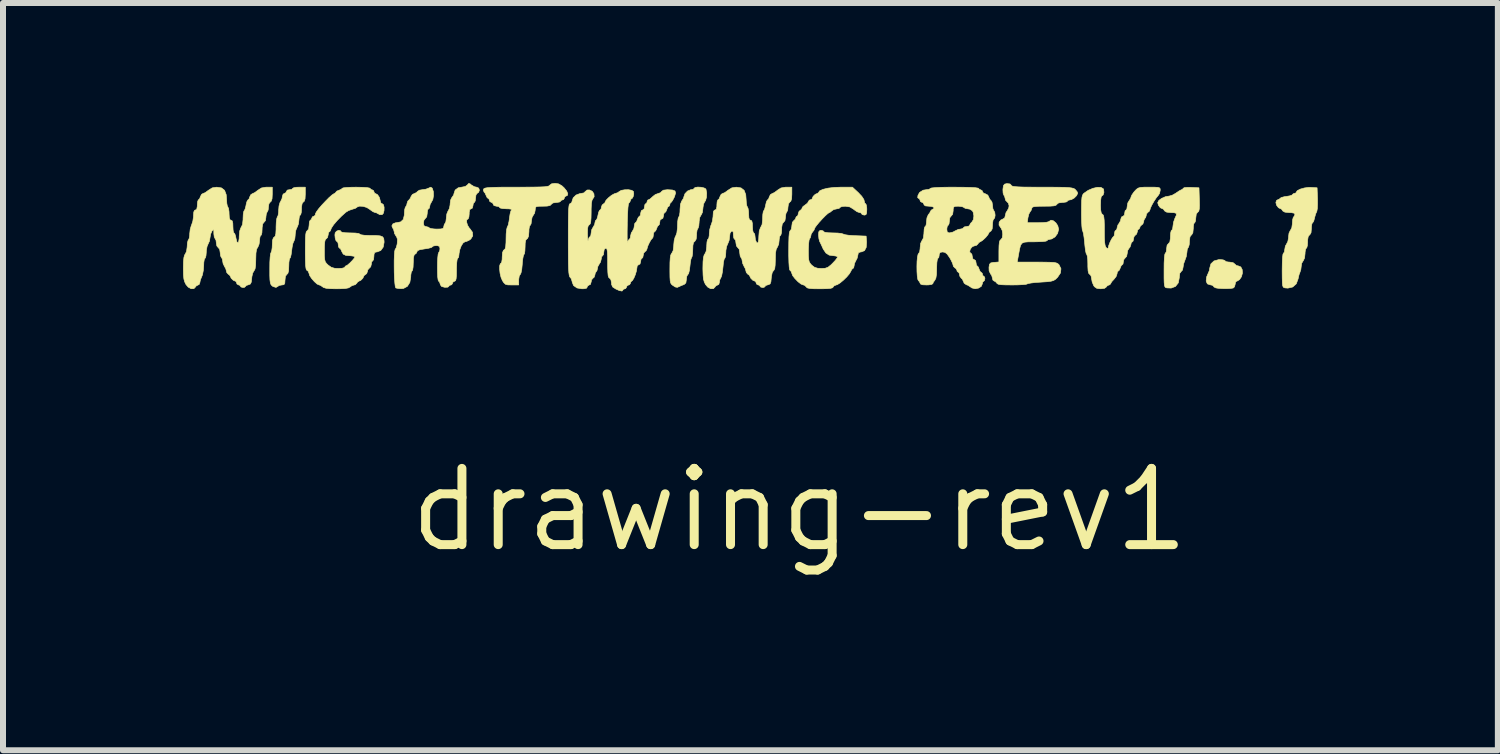
<source format=kicad_pcb>
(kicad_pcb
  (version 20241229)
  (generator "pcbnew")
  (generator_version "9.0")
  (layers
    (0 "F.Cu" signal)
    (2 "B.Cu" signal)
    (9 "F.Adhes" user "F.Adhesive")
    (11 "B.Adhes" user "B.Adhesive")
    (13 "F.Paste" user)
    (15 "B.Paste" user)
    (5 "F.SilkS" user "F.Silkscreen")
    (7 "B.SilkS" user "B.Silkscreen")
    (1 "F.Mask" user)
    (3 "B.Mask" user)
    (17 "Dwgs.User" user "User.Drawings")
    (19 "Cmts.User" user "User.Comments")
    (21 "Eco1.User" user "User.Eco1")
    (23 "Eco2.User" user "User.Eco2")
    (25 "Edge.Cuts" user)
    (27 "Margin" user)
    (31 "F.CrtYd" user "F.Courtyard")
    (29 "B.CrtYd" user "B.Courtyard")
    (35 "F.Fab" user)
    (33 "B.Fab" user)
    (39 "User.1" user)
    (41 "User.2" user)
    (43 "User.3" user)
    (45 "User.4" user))
  (footprint "drawing-rev1"
    (layer "F.Cu")
    (at 10.271 5.445)
    (property "Reference" "drawing-rev1" (at 0 0 0) (layer "F.SilkS") (effects (font (size 1.27 1.27) (thickness 0.15))))
    (attr through_hole)
    (fp_poly (pts (xy 7.059 -4.165) (xy 7.089 -4.153) (xy 7.091 -4.149) (xy 7.109 -4.135) (xy 7.155 -4.128) (xy 7.166 -4.128) (xy 7.226 -4.118) (xy 7.253 -4.096) (xy 7.281 -4.071) (xy 7.313 -4.064) (xy 7.354 -4.047) (xy 7.377 -4.003) (xy 7.381 -3.944) (xy 7.364 -3.883) (xy 7.333 -3.837) (xy 7.298 -3.814) (xy 7.283 -3.81) (xy 7.266 -3.792) (xy 7.26 -3.759) (xy 7.248 -3.715) (xy 7.227 -3.696) (xy 7.185 -3.689) (xy 7.117 -3.686) (xy 7.041 -3.687) (xy 6.973 -3.692) (xy 6.937 -3.698) (xy 6.906 -3.714) (xy 6.9 -3.725) (xy 6.882 -3.741) (xy 6.842 -3.75) (xy 6.797 -3.765) (xy 6.779 -3.804) (xy 6.777 -3.817) (xy 6.784 -3.88) (xy 6.804 -3.927) (xy 6.829 -3.985) (xy 6.837 -4.032) (xy 6.856 -4.099) (xy 6.907 -4.147) (xy 6.985 -4.169) (xy 7.006 -4.17) (xy 7.059 -4.165)) (stroke (width 0.01) (type solid)) (fill yes) (layer "F.SilkS"))
    (fp_poly (pts (xy -1.641 -5.375) (xy -1.591 -5.364) (xy -1.56 -5.347) (xy -1.558 -5.343) (xy -1.546 -5.28) (xy -1.549 -5.21) (xy -1.565 -5.152) (xy -1.577 -5.136) (xy -1.598 -5.095) (xy -1.608 -5.034) (xy -1.609 -5.021) (xy -1.617 -4.956) (xy -1.638 -4.913) (xy -1.64 -4.911) (xy -1.663 -4.869) (xy -1.672 -4.801) (xy -1.672 -4.793) (xy -1.677 -4.734) (xy -1.688 -4.695) (xy -1.693 -4.688) (xy -1.706 -4.661) (xy -1.714 -4.607) (xy -1.714 -4.581) (xy -1.721 -4.51) (xy -1.742 -4.476) (xy -1.746 -4.474) (xy -1.766 -4.452) (xy -1.776 -4.402) (xy -1.778 -4.338) (xy -1.781 -4.27) (xy -1.789 -4.22) (xy -1.797 -4.203) (xy -1.808 -4.178) (xy -1.818 -4.122) (xy -1.825 -4.06) (xy -1.834 -3.989) (xy -1.847 -3.938) (xy -1.859 -3.921) (xy -1.876 -3.896) (xy -1.884 -3.847) (xy -1.884 -3.839) (xy -1.893 -3.781) (xy -1.921 -3.755) (xy -1.973 -3.735) (xy -1.995 -3.724) (xy -2.035 -3.707) (xy -2.069 -3.713) (xy -2.111 -3.74) (xy -2.132 -3.757) (xy -2.146 -3.78) (xy -2.154 -3.816) (xy -2.158 -3.875) (xy -2.159 -3.965) (xy -2.159 -4.011) (xy -2.158 -4.122) (xy -2.153 -4.198) (xy -2.145 -4.245) (xy -2.132 -4.271) (xy -2.127 -4.276) (xy -2.105 -4.319) (xy -2.095 -4.397) (xy -2.095 -4.411) (xy -2.088 -4.485) (xy -2.072 -4.544) (xy -2.063 -4.56) (xy -2.043 -4.613) (xy -2.033 -4.698) (xy -2.032 -4.734) (xy -2.029 -4.805) (xy -2.021 -4.858) (xy -2.011 -4.879) (xy -1.999 -4.906) (xy -1.991 -4.961) (xy -1.99 -5.006) (xy -1.983 -5.092) (xy -1.962 -5.146) (xy -1.958 -5.151) (xy -1.932 -5.192) (xy -1.926 -5.216) (xy -1.908 -5.267) (xy -1.865 -5.312) (xy -1.812 -5.334) (xy -1.805 -5.334) (xy -1.768 -5.342) (xy -1.757 -5.355) (xy -1.739 -5.371) (xy -1.695 -5.378) (xy -1.641 -5.375)) (stroke (width 0.01) (type solid)) (fill yes) (layer "F.SilkS"))
    (fp_poly (pts (xy -8.234 -5.259) (xy -8.238 -5.183) (xy -8.251 -5.142) (xy -8.266 -5.13) (xy -8.287 -5.104) (xy -8.297 -5.044) (xy -8.297 -5.014) (xy -8.301 -4.955) (xy -8.311 -4.917) (xy -8.319 -4.911) (xy -8.332 -4.892) (xy -8.339 -4.845) (xy -8.34 -4.83) (xy -8.348 -4.765) (xy -8.367 -4.713) (xy -8.371 -4.708) (xy -8.391 -4.661) (xy -8.402 -4.595) (xy -8.402 -4.582) (xy -8.408 -4.521) (xy -8.422 -4.479) (xy -8.426 -4.473) (xy -8.44 -4.441) (xy -8.453 -4.38) (xy -8.461 -4.32) (xy -8.47 -4.253) (xy -8.481 -4.206) (xy -8.491 -4.191) (xy -8.5 -4.172) (xy -8.507 -4.122) (xy -8.509 -4.063) (xy -8.512 -3.984) (xy -8.524 -3.94) (xy -8.541 -3.923) (xy -8.565 -3.892) (xy -8.572 -3.829) (xy -8.576 -3.775) (xy -8.59 -3.752) (xy -8.623 -3.747) (xy -8.624 -3.747) (xy -8.669 -3.739) (xy -8.689 -3.725) (xy -8.722 -3.706) (xy -8.772 -3.721) (xy -8.789 -3.734) (xy -8.805 -3.751) (xy -8.816 -3.781) (xy -8.823 -3.829) (xy -8.826 -3.905) (xy -8.826 -4.015) (xy -8.826 -4.017) (xy -8.825 -4.124) (xy -8.82 -4.209) (xy -8.813 -4.266) (xy -8.805 -4.286) (xy -8.794 -4.313) (xy -8.786 -4.368) (xy -8.784 -4.415) (xy -8.78 -4.491) (xy -8.766 -4.532) (xy -8.752 -4.543) (xy -8.735 -4.561) (xy -8.725 -4.603) (xy -8.721 -4.676) (xy -8.721 -4.711) (xy -8.718 -4.788) (xy -8.711 -4.847) (xy -8.701 -4.878) (xy -8.7 -4.879) (xy -8.687 -4.906) (xy -8.679 -4.96) (xy -8.678 -4.993) (xy -8.672 -5.063) (xy -8.656 -5.12) (xy -8.647 -5.134) (xy -8.622 -5.187) (xy -8.616 -5.223) (xy -8.603 -5.261) (xy -8.583 -5.271) (xy -8.555 -5.287) (xy -8.551 -5.302) (xy -8.533 -5.328) (xy -8.498 -5.334) (xy -8.459 -5.341) (xy -8.445 -5.355) (xy -8.426 -5.367) (xy -8.378 -5.375) (xy -8.34 -5.376) (xy -8.234 -5.376) (xy -8.234 -5.259)) (stroke (width 0.01) (type solid)) (fill yes) (layer "F.SilkS"))
    (fp_poly (pts (xy 6.525 -5.372) (xy 6.657 -5.366) (xy 6.663 -5.17) (xy 6.665 -5.074) (xy 6.662 -5.013) (xy 6.654 -4.978) (xy 6.64 -4.962) (xy 6.637 -4.961) (xy 6.612 -4.929) (xy 6.604 -4.866) (xy 6.599 -4.814) (xy 6.587 -4.785) (xy 6.583 -4.784) (xy 6.57 -4.765) (xy 6.563 -4.717) (xy 6.562 -4.688) (xy 6.555 -4.617) (xy 6.535 -4.582) (xy 6.53 -4.58) (xy 6.507 -4.55) (xy 6.498 -4.482) (xy 6.498 -4.476) (xy 6.494 -4.417) (xy 6.482 -4.377) (xy 6.477 -4.371) (xy 6.462 -4.343) (xy 6.456 -4.292) (xy 6.456 -4.29) (xy 6.445 -4.22) (xy 6.424 -4.162) (xy 6.401 -4.099) (xy 6.392 -4.043) (xy 6.382 -3.995) (xy 6.361 -3.972) (xy 6.337 -3.941) (xy 6.329 -3.873) (xy 6.329 -3.868) (xy 6.312 -3.781) (xy 6.265 -3.722) (xy 6.193 -3.695) (xy 6.122 -3.698) (xy 6.103 -3.703) (xy 6.09 -3.715) (xy 6.082 -3.74) (xy 6.077 -3.786) (xy 6.075 -3.858) (xy 6.075 -3.965) (xy 6.075 -3.991) (xy 6.076 -4.112) (xy 6.081 -4.202) (xy 6.088 -4.258) (xy 6.096 -4.276) (xy 6.11 -4.294) (xy 6.117 -4.34) (xy 6.117 -4.35) (xy 6.126 -4.41) (xy 6.149 -4.437) (xy 6.171 -4.463) (xy 6.18 -4.523) (xy 6.181 -4.553) (xy 6.185 -4.613) (xy 6.194 -4.65) (xy 6.202 -4.657) (xy 6.216 -4.675) (xy 6.223 -4.72) (xy 6.223 -4.725) (xy 6.234 -4.796) (xy 6.255 -4.855) (xy 6.28 -4.91) (xy 6.278 -4.94) (xy 6.243 -4.951) (xy 6.191 -4.953) (xy 6.119 -4.96) (xy 6.085 -4.98) (xy 6.082 -4.985) (xy 6.061 -5.013) (xy 6.05 -5.016) (xy 6.012 -5.034) (xy 5.981 -5.076) (xy 5.969 -5.118) (xy 5.988 -5.155) (xy 6.035 -5.19) (xy 6.097 -5.217) (xy 6.16 -5.228) (xy 6.161 -5.228) (xy 6.208 -5.241) (xy 6.265 -5.272) (xy 6.278 -5.281) (xy 6.327 -5.314) (xy 6.363 -5.333) (xy 6.37 -5.334) (xy 6.391 -5.35) (xy 6.392 -5.356) (xy 6.412 -5.368) (xy 6.468 -5.373) (xy 6.525 -5.372)) (stroke (width 0.01) (type solid)) (fill yes) (layer "F.SilkS"))
    (fp_poly (pts (xy 8.522 -5.372) (xy 8.625 -5.366) (xy 8.632 -5.178) (xy 8.632 -5.092) (xy 8.629 -5.02) (xy 8.621 -4.975) (xy 8.618 -4.967) (xy 8.601 -4.931) (xy 8.585 -4.874) (xy 8.583 -4.863) (xy 8.569 -4.812) (xy 8.553 -4.785) (xy 8.549 -4.784) (xy 8.538 -4.765) (xy 8.531 -4.717) (xy 8.53 -4.688) (xy 8.524 -4.617) (xy 8.503 -4.582) (xy 8.498 -4.58) (xy 8.477 -4.554) (xy 8.467 -4.494) (xy 8.467 -4.464) (xy 8.463 -4.404) (xy 8.453 -4.367) (xy 8.445 -4.36) (xy 8.433 -4.341) (xy 8.425 -4.294) (xy 8.424 -4.268) (xy 8.416 -4.196) (xy 8.395 -4.151) (xy 8.393 -4.149) (xy 8.369 -4.109) (xy 8.361 -4.061) (xy 8.354 -4.003) (xy 8.341 -3.963) (xy 8.324 -3.917) (xy 8.31 -3.856) (xy 8.309 -3.85) (xy 8.278 -3.766) (xy 8.219 -3.713) (xy 8.138 -3.694) (xy 8.091 -3.698) (xy 8.072 -3.703) (xy 8.059 -3.715) (xy 8.05 -3.74) (xy 8.046 -3.786) (xy 8.044 -3.858) (xy 8.043 -3.965) (xy 8.043 -3.991) (xy 8.045 -4.112) (xy 8.049 -4.202) (xy 8.056 -4.258) (xy 8.065 -4.276) (xy 8.079 -4.294) (xy 8.086 -4.338) (xy 8.096 -4.394) (xy 8.117 -4.431) (xy 8.138 -4.473) (xy 8.149 -4.534) (xy 8.149 -4.547) (xy 8.157 -4.611) (xy 8.178 -4.654) (xy 8.181 -4.657) (xy 8.203 -4.698) (xy 8.213 -4.767) (xy 8.213 -4.774) (xy 8.217 -4.833) (xy 8.228 -4.873) (xy 8.234 -4.879) (xy 8.253 -4.91) (xy 8.255 -4.922) (xy 8.241 -4.943) (xy 8.195 -4.952) (xy 8.159 -4.953) (xy 8.088 -4.96) (xy 8.053 -4.98) (xy 8.051 -4.985) (xy 8.029 -5.013) (xy 8.018 -5.016) (xy 7.981 -5.034) (xy 7.949 -5.077) (xy 7.938 -5.121) (xy 7.95 -5.156) (xy 7.967 -5.165) (xy 8 -5.179) (xy 8.005 -5.188) (xy 8.029 -5.204) (xy 8.081 -5.218) (xy 8.113 -5.222) (xy 8.171 -5.232) (xy 8.207 -5.245) (xy 8.213 -5.252) (xy 8.23 -5.268) (xy 8.244 -5.271) (xy 8.273 -5.281) (xy 8.276 -5.291) (xy 8.295 -5.318) (xy 8.345 -5.344) (xy 8.412 -5.363) (xy 8.487 -5.373) (xy 8.522 -5.372)) (stroke (width 0.01) (type solid)) (fill yes) (layer "F.SilkS"))
    (fp_poly (pts (xy -4.013 -5.431) (xy -3.958 -5.399) (xy -3.922 -5.366) (xy -3.878 -5.311) (xy -3.86 -5.265) (xy -3.87 -5.235) (xy -3.894 -5.228) (xy -3.913 -5.211) (xy -3.916 -5.196) (xy -3.933 -5.168) (xy -3.948 -5.165) (xy -3.976 -5.153) (xy -3.979 -5.144) (xy -3.998 -5.129) (xy -4.043 -5.122) (xy -4.051 -5.122) (xy -4.109 -5.113) (xy -4.135 -5.091) (xy -4.156 -5.071) (xy -4.205 -5.061) (xy -4.275 -5.059) (xy -4.346 -5.058) (xy -4.384 -5.052) (xy -4.399 -5.037) (xy -4.403 -5.007) (xy -4.403 -4.998) (xy -4.413 -4.944) (xy -4.434 -4.911) (xy -4.456 -4.872) (xy -4.466 -4.816) (xy -4.466 -4.813) (xy -4.472 -4.765) (xy -4.485 -4.742) (xy -4.487 -4.741) (xy -4.499 -4.722) (xy -4.507 -4.674) (xy -4.508 -4.635) (xy -4.514 -4.561) (xy -4.53 -4.523) (xy -4.54 -4.516) (xy -4.56 -4.495) (xy -4.57 -4.445) (xy -4.572 -4.379) (xy -4.575 -4.313) (xy -4.582 -4.268) (xy -4.59 -4.255) (xy -4.6 -4.235) (xy -4.61 -4.183) (xy -4.618 -4.11) (xy -4.619 -4.091) (xy -4.627 -4.009) (xy -4.639 -3.949) (xy -4.652 -3.921) (xy -4.654 -3.92) (xy -4.669 -3.896) (xy -4.677 -3.846) (xy -4.678 -3.829) (xy -4.678 -3.747) (xy -4.792 -3.747) (xy -4.86 -3.748) (xy -4.9 -3.759) (xy -4.928 -3.786) (xy -4.951 -3.822) (xy -4.973 -3.875) (xy -4.989 -3.942) (xy -4.996 -4.01) (xy -4.995 -4.067) (xy -4.984 -4.102) (xy -4.974 -4.106) (xy -4.962 -4.125) (xy -4.954 -4.174) (xy -4.953 -4.213) (xy -4.948 -4.286) (xy -4.932 -4.325) (xy -4.921 -4.332) (xy -4.905 -4.348) (xy -4.895 -4.386) (xy -4.89 -4.455) (xy -4.889 -4.517) (xy -4.887 -4.6) (xy -4.88 -4.668) (xy -4.87 -4.708) (xy -4.867 -4.713) (xy -4.853 -4.745) (xy -4.84 -4.805) (xy -4.832 -4.86) (xy -4.822 -4.93) (xy -4.808 -4.981) (xy -4.796 -5) (xy -4.802 -5.009) (xy -4.841 -5.015) (xy -4.884 -5.016) (xy -4.946 -5.02) (xy -4.987 -5.029) (xy -4.995 -5.038) (xy -5.013 -5.054) (xy -5.048 -5.059) (xy -5.091 -5.07) (xy -5.101 -5.091) (xy -5.118 -5.119) (xy -5.133 -5.122) (xy -5.161 -5.139) (xy -5.165 -5.154) (xy -5.175 -5.182) (xy -5.184 -5.186) (xy -5.205 -5.203) (xy -5.219 -5.233) (xy -5.239 -5.277) (xy -5.255 -5.295) (xy -5.267 -5.323) (xy -5.264 -5.342) (xy -5.256 -5.353) (xy -5.237 -5.361) (xy -5.203 -5.367) (xy -5.149 -5.371) (xy -5.07 -5.374) (xy -4.961 -5.376) (xy -4.818 -5.376) (xy -4.713 -5.376) (xy -4.545 -5.377) (xy -4.415 -5.378) (xy -4.317 -5.38) (xy -4.249 -5.383) (xy -4.203 -5.389) (xy -4.176 -5.396) (xy -4.164 -5.405) (xy -4.162 -5.408) (xy -4.131 -5.432) (xy -4.073 -5.44) (xy -4.013 -5.431)) (stroke (width 0.01) (type solid)) (fill yes) (layer "F.SilkS"))
    (fp_poly (pts (xy 3.508 -5.43) (xy 3.527 -5.41) (xy 3.535 -5.399) (xy 3.555 -5.391) (xy 3.592 -5.385) (xy 3.649 -5.381) (xy 3.733 -5.378) (xy 3.848 -5.377) (xy 3.999 -5.376) (xy 4.045 -5.376) (xy 4.206 -5.376) (xy 4.331 -5.375) (xy 4.424 -5.373) (xy 4.491 -5.369) (xy 4.536 -5.363) (xy 4.567 -5.355) (xy 4.587 -5.345) (xy 4.593 -5.34) (xy 4.625 -5.303) (xy 4.636 -5.276) (xy 4.618 -5.236) (xy 4.577 -5.195) (xy 4.529 -5.168) (xy 4.508 -5.165) (xy 4.474 -5.156) (xy 4.466 -5.144) (xy 4.447 -5.13) (xy 4.401 -5.123) (xy 4.384 -5.122) (xy 4.318 -5.114) (xy 4.289 -5.091) (xy 4.274 -5.075) (xy 4.24 -5.065) (xy 4.177 -5.06) (xy 4.081 -5.059) (xy 4.075 -5.059) (xy 3.978 -5.058) (xy 3.917 -5.053) (xy 3.884 -5.045) (xy 3.874 -5.031) (xy 3.873 -5.029) (xy 3.86 -4.989) (xy 3.845 -4.969) (xy 3.823 -4.93) (xy 3.808 -4.871) (xy 3.806 -4.862) (xy 3.797 -4.784) (xy 3.972 -4.784) (xy 4.054 -4.786) (xy 4.119 -4.792) (xy 4.155 -4.802) (xy 4.159 -4.805) (xy 4.191 -4.826) (xy 4.231 -4.816) (xy 4.272 -4.782) (xy 4.304 -4.734) (xy 4.318 -4.677) (xy 4.318 -4.672) (xy 4.301 -4.605) (xy 4.258 -4.547) (xy 4.201 -4.513) (xy 4.172 -4.508) (xy 4.137 -4.5) (xy 4.128 -4.487) (xy 4.107 -4.477) (xy 4.051 -4.47) (xy 3.965 -4.467) (xy 3.918 -4.466) (xy 3.817 -4.466) (xy 3.751 -4.46) (xy 3.709 -4.443) (xy 3.684 -4.408) (xy 3.668 -4.347) (xy 3.652 -4.26) (xy 3.628 -4.128) (xy 3.958 -4.128) (xy 4.084 -4.127) (xy 4.174 -4.125) (xy 4.236 -4.122) (xy 4.276 -4.115) (xy 4.302 -4.104) (xy 4.32 -4.089) (xy 4.324 -4.085) (xy 4.357 -4.018) (xy 4.349 -3.947) (xy 4.301 -3.875) (xy 4.296 -3.87) (xy 4.265 -3.84) (xy 4.233 -3.821) (xy 4.191 -3.809) (xy 4.129 -3.801) (xy 4.035 -3.795) (xy 4.021 -3.794) (xy 3.93 -3.788) (xy 3.857 -3.779) (xy 3.809 -3.77) (xy 3.797 -3.765) (xy 3.773 -3.757) (xy 3.715 -3.752) (xy 3.633 -3.748) (xy 3.544 -3.747) (xy 3.435 -3.748) (xy 3.361 -3.751) (xy 3.317 -3.758) (xy 3.294 -3.769) (xy 3.288 -3.778) (xy 3.262 -3.806) (xy 3.247 -3.81) (xy 3.223 -3.828) (xy 3.217 -3.854) (xy 3.203 -3.905) (xy 3.184 -3.931) (xy 3.16 -3.982) (xy 3.158 -4.04) (xy 3.166 -4.091) (xy 3.187 -4.114) (xy 3.235 -4.123) (xy 3.244 -4.123) (xy 3.323 -4.13) (xy 3.323 -4.309) (xy 3.325 -4.402) (xy 3.331 -4.46) (xy 3.342 -4.491) (xy 3.355 -4.501) (xy 3.379 -4.532) (xy 3.387 -4.593) (xy 3.378 -4.654) (xy 3.358 -4.696) (xy 3.355 -4.699) (xy 3.325 -4.744) (xy 3.327 -4.793) (xy 3.356 -4.83) (xy 3.376 -4.838) (xy 3.419 -4.863) (xy 3.429 -4.901) (xy 3.442 -4.954) (xy 3.461 -4.982) (xy 3.486 -5.027) (xy 3.493 -5.066) (xy 3.481 -5.11) (xy 3.461 -5.13) (xy 3.434 -5.159) (xy 3.429 -5.181) (xy 3.417 -5.226) (xy 3.406 -5.242) (xy 3.393 -5.277) (xy 3.39 -5.333) (xy 3.391 -5.347) (xy 3.399 -5.402) (xy 3.418 -5.427) (xy 3.456 -5.436) (xy 3.508 -5.43)) (stroke (width 0.01) (type solid)) (fill yes) (layer "F.SilkS"))
    (fp_poly (pts (xy 5.916 -5.376) (xy 5.97 -5.373) (xy 5.999 -5.365) (xy 6.01 -5.35) (xy 6.011 -5.325) (xy 6.011 -5.325) (xy 6 -5.273) (xy 5.983 -5.245) (xy 5.947 -5.201) (xy 5.907 -5.141) (xy 5.871 -5.078) (xy 5.847 -5.027) (xy 5.842 -5.006) (xy 5.825 -4.97) (xy 5.81 -4.961) (xy 5.783 -4.932) (xy 5.779 -4.91) (xy 5.768 -4.87) (xy 5.757 -4.858) (xy 5.74 -4.828) (xy 5.736 -4.803) (xy 5.722 -4.763) (xy 5.704 -4.749) (xy 5.676 -4.722) (xy 5.673 -4.707) (xy 5.66 -4.681) (xy 5.652 -4.678) (xy 5.634 -4.66) (xy 5.63 -4.635) (xy 5.617 -4.594) (xy 5.599 -4.58) (xy 5.574 -4.551) (xy 5.567 -4.517) (xy 5.559 -4.478) (xy 5.546 -4.466) (xy 5.528 -4.449) (xy 5.524 -4.426) (xy 5.509 -4.38) (xy 5.493 -4.36) (xy 5.469 -4.321) (xy 5.461 -4.272) (xy 5.451 -4.223) (xy 5.429 -4.199) (xy 5.405 -4.17) (xy 5.397 -4.136) (xy 5.391 -4.097) (xy 5.379 -4.085) (xy 5.36 -4.067) (xy 5.346 -4.032) (xy 5.329 -3.993) (xy 5.312 -3.979) (xy 5.296 -3.961) (xy 5.292 -3.934) (xy 5.277 -3.889) (xy 5.241 -3.842) (xy 5.239 -3.84) (xy 5.203 -3.801) (xy 5.186 -3.77) (xy 5.186 -3.769) (xy 5.169 -3.749) (xy 5.156 -3.747) (xy 5.124 -3.729) (xy 5.115 -3.715) (xy 5.083 -3.691) (xy 5.02 -3.683) (xy 4.956 -3.69) (xy 4.916 -3.717) (xy 4.903 -3.735) (xy 4.877 -3.797) (xy 4.868 -3.849) (xy 4.858 -3.9) (xy 4.837 -3.923) (xy 4.819 -3.941) (xy 4.809 -3.982) (xy 4.805 -4.054) (xy 4.805 -4.095) (xy 4.803 -4.171) (xy 4.796 -4.227) (xy 4.788 -4.254) (xy 4.786 -4.255) (xy 4.776 -4.274) (xy 4.765 -4.326) (xy 4.756 -4.402) (xy 4.752 -4.445) (xy 4.743 -4.531) (xy 4.733 -4.599) (xy 4.722 -4.64) (xy 4.718 -4.647) (xy 4.711 -4.672) (xy 4.705 -4.73) (xy 4.701 -4.815) (xy 4.699 -4.918) (xy 4.699 -4.95) (xy 4.7 -5.068) (xy 4.702 -5.151) (xy 4.707 -5.207) (xy 4.716 -5.242) (xy 4.729 -5.264) (xy 4.738 -5.273) (xy 4.81 -5.323) (xy 4.889 -5.357) (xy 4.963 -5.374) (xy 5.024 -5.372) (xy 5.063 -5.349) (xy 5.068 -5.337) (xy 5.073 -5.289) (xy 5.06 -5.247) (xy 5.036 -5.228) (xy 5.035 -5.228) (xy 5.026 -5.209) (xy 5.019 -5.158) (xy 5.017 -5.086) (xy 5.016 -5.082) (xy 5.019 -4.998) (xy 5.028 -4.949) (xy 5.044 -4.926) (xy 5.048 -4.924) (xy 5.062 -4.911) (xy 5.071 -4.881) (xy 5.077 -4.827) (xy 5.08 -4.742) (xy 5.08 -4.656) (xy 5.081 -4.539) (xy 5.085 -4.459) (xy 5.093 -4.406) (xy 5.106 -4.375) (xy 5.112 -4.368) (xy 5.137 -4.35) (xy 5.144 -4.362) (xy 5.152 -4.4) (xy 5.172 -4.453) (xy 5.197 -4.505) (xy 5.221 -4.542) (xy 5.232 -4.551) (xy 5.245 -4.569) (xy 5.249 -4.604) (xy 5.257 -4.644) (xy 5.271 -4.657) (xy 5.288 -4.674) (xy 5.292 -4.697) (xy 5.306 -4.746) (xy 5.323 -4.77) (xy 5.35 -4.817) (xy 5.355 -4.846) (xy 5.368 -4.881) (xy 5.387 -4.889) (xy 5.412 -4.908) (xy 5.419 -4.942) (xy 5.426 -4.982) (xy 5.44 -4.995) (xy 5.455 -5.014) (xy 5.461 -5.057) (xy 5.471 -5.114) (xy 5.493 -5.151) (xy 5.519 -5.19) (xy 5.524 -5.212) (xy 5.538 -5.245) (xy 5.571 -5.293) (xy 5.585 -5.309) (xy 5.615 -5.341) (xy 5.644 -5.361) (xy 5.683 -5.372) (xy 5.742 -5.376) (xy 5.828 -5.376) (xy 5.916 -5.376)) (stroke (width 0.01) (type solid)) (fill yes) (layer "F.SilkS"))
    (fp_poly (pts (xy 0.981 -5.285) (xy 1.039 -5.223) (xy 1.073 -5.171) (xy 1.079 -5.147) (xy 1.088 -5.111) (xy 1.101 -5.101) (xy 1.113 -5.082) (xy 1.121 -5.034) (xy 1.122 -5.006) (xy 1.119 -4.946) (xy 1.108 -4.918) (xy 1.083 -4.911) (xy 1.079 -4.911) (xy 1.045 -4.92) (xy 1.037 -4.932) (xy 1.02 -4.95) (xy 1 -4.953) (xy 0.96 -4.967) (xy 0.912 -5) (xy 0.906 -5.006) (xy 0.84 -5.047) (xy 0.763 -5.059) (xy 0.71 -5.054) (xy 0.68 -5.043) (xy 0.677 -5.038) (xy 0.659 -5.022) (xy 0.626 -5.016) (xy 0.572 -5.004) (xy 0.543 -4.985) (xy 0.511 -4.959) (xy 0.497 -4.953) (xy 0.473 -4.938) (xy 0.431 -4.9) (xy 0.38 -4.848) (xy 0.328 -4.791) (xy 0.285 -4.739) (xy 0.258 -4.701) (xy 0.254 -4.69) (xy 0.239 -4.654) (xy 0.222 -4.636) (xy 0.195 -4.594) (xy 0.191 -4.571) (xy 0.18 -4.531) (xy 0.169 -4.519) (xy 0.16 -4.493) (xy 0.153 -4.436) (xy 0.149 -4.357) (xy 0.148 -4.32) (xy 0.149 -4.229) (xy 0.154 -4.169) (xy 0.164 -4.129) (xy 0.184 -4.099) (xy 0.204 -4.077) (xy 0.251 -4.041) (xy 0.305 -4.025) (xy 0.363 -4.022) (xy 0.427 -4.025) (xy 0.474 -4.041) (xy 0.521 -4.078) (xy 0.55 -4.106) (xy 0.597 -4.156) (xy 0.627 -4.196) (xy 0.635 -4.212) (xy 0.616 -4.227) (xy 0.571 -4.234) (xy 0.566 -4.234) (xy 0.495 -4.244) (xy 0.441 -4.279) (xy 0.396 -4.345) (xy 0.37 -4.403) (xy 0.348 -4.449) (xy 0.337 -4.471) (xy 0.324 -4.517) (xy 0.318 -4.579) (xy 0.318 -4.582) (xy 0.322 -4.633) (xy 0.341 -4.654) (xy 0.36 -4.657) (xy 0.394 -4.648) (xy 0.402 -4.636) (xy 0.422 -4.625) (xy 0.475 -4.617) (xy 0.552 -4.614) (xy 0.557 -4.614) (xy 0.635 -4.612) (xy 0.697 -4.605) (xy 0.73 -4.595) (xy 0.731 -4.594) (xy 0.761 -4.584) (xy 0.821 -4.575) (xy 0.901 -4.569) (xy 0.931 -4.568) (xy 1.111 -4.561) (xy 1.118 -4.461) (xy 1.112 -4.372) (xy 1.083 -4.318) (xy 1.028 -4.297) (xy 1.018 -4.297) (xy 0.982 -4.284) (xy 0.974 -4.248) (xy 0.961 -4.192) (xy 0.943 -4.158) (xy 0.917 -4.105) (xy 0.911 -4.069) (xy 0.903 -4.032) (xy 0.89 -4.022) (xy 0.87 -4.004) (xy 0.856 -3.974) (xy 0.831 -3.932) (xy 0.786 -3.879) (xy 0.729 -3.824) (xy 0.673 -3.778) (xy 0.627 -3.75) (xy 0.611 -3.747) (xy 0.574 -3.73) (xy 0.564 -3.715) (xy 0.55 -3.7) (xy 0.516 -3.69) (xy 0.456 -3.685) (xy 0.362 -3.683) (xy 0.339 -3.683) (xy 0.237 -3.684) (xy 0.171 -3.689) (xy 0.133 -3.697) (xy 0.115 -3.711) (xy 0.113 -3.715) (xy 0.084 -3.742) (xy 0.065 -3.747) (xy 0.026 -3.762) (xy -0.024 -3.801) (xy -0.074 -3.852) (xy -0.113 -3.902) (xy -0.127 -3.939) (xy -0.14 -3.975) (xy -0.153 -3.984) (xy -0.164 -4.001) (xy -0.171 -4.045) (xy -0.176 -4.121) (xy -0.179 -4.233) (xy -0.179 -4.318) (xy -0.178 -4.453) (xy -0.175 -4.55) (xy -0.169 -4.612) (xy -0.16 -4.645) (xy -0.153 -4.652) (xy -0.136 -4.676) (xy -0.127 -4.726) (xy -0.127 -4.733) (xy -0.118 -4.792) (xy -0.095 -4.818) (xy -0.067 -4.845) (xy -0.064 -4.86) (xy -0.051 -4.887) (xy -0.042 -4.889) (xy -0.025 -4.907) (xy -0.021 -4.932) (xy -0.007 -4.973) (xy 0.011 -4.988) (xy 0.039 -5.012) (xy 0.042 -5.026) (xy 0.059 -5.054) (xy 0.095 -5.08) (xy 0.134 -5.11) (xy 0.148 -5.136) (xy 0.165 -5.161) (xy 0.18 -5.165) (xy 0.208 -5.177) (xy 0.212 -5.187) (xy 0.228 -5.223) (xy 0.263 -5.257) (xy 0.295 -5.271) (xy 0.317 -5.283) (xy 0.318 -5.288) (xy 0.337 -5.315) (xy 0.392 -5.34) (xy 0.475 -5.36) (xy 0.577 -5.372) (xy 0.682 -5.376) (xy 0.883 -5.376) (xy 0.981 -5.285)) (stroke (width 0.01) (type solid)) (fill yes) (layer "F.SilkS"))
    (fp_poly (pts (xy -7.282 -5.374) (xy -7.205 -5.369) (xy -7.162 -5.361) (xy -7.154 -5.355) (xy -7.137 -5.336) (xy -7.123 -5.334) (xy -7.095 -5.317) (xy -7.091 -5.302) (xy -7.078 -5.274) (xy -7.067 -5.271) (xy -7.031 -5.252) (xy -7.001 -5.208) (xy -6.986 -5.154) (xy -6.986 -5.149) (xy -6.973 -5.11) (xy -6.953 -5.101) (xy -6.931 -5.083) (xy -6.921 -5.041) (xy -6.922 -4.988) (xy -6.933 -4.942) (xy -6.955 -4.918) (xy -6.996 -4.919) (xy -7.012 -4.929) (xy -7.053 -4.951) (xy -7.069 -4.953) (xy -7.105 -4.967) (xy -7.152 -5) (xy -7.159 -5.006) (xy -7.21 -5.038) (xy -7.272 -5.057) (xy -7.331 -5.06) (xy -7.37 -5.046) (xy -7.375 -5.04) (xy -7.402 -5.023) (xy -7.449 -5.009) (xy -7.512 -4.987) (xy -7.558 -4.959) (xy -7.634 -4.891) (xy -7.704 -4.819) (xy -7.762 -4.751) (xy -7.799 -4.695) (xy -7.811 -4.663) (xy -7.824 -4.638) (xy -7.832 -4.636) (xy -7.848 -4.617) (xy -7.853 -4.582) (xy -7.864 -4.537) (xy -7.885 -4.516) (xy -7.901 -4.501) (xy -7.91 -4.464) (xy -7.915 -4.398) (xy -7.916 -4.319) (xy -7.916 -4.23) (xy -7.911 -4.171) (xy -7.901 -4.133) (xy -7.881 -4.105) (xy -7.853 -4.078) (xy -7.801 -4.041) (xy -7.742 -4.024) (xy -7.684 -4.022) (xy -7.623 -4.025) (xy -7.585 -4.035) (xy -7.578 -4.043) (xy -7.563 -4.063) (xy -7.558 -4.064) (xy -7.531 -4.078) (xy -7.49 -4.114) (xy -7.448 -4.157) (xy -7.417 -4.195) (xy -7.408 -4.214) (xy -7.427 -4.226) (xy -7.473 -4.233) (xy -7.488 -4.234) (xy -7.56 -4.24) (xy -7.602 -4.261) (xy -7.627 -4.305) (xy -7.629 -4.313) (xy -7.648 -4.35) (xy -7.664 -4.36) (xy -7.679 -4.378) (xy -7.684 -4.413) (xy -7.69 -4.453) (xy -7.702 -4.466) (xy -7.722 -4.484) (xy -7.736 -4.528) (xy -7.741 -4.58) (xy -7.736 -4.616) (xy -7.713 -4.643) (xy -7.679 -4.657) (xy -7.65 -4.652) (xy -7.641 -4.636) (xy -7.621 -4.625) (xy -7.568 -4.617) (xy -7.49 -4.614) (xy -7.482 -4.614) (xy -7.402 -4.612) (xy -7.347 -4.605) (xy -7.324 -4.594) (xy -7.324 -4.593) (xy -7.304 -4.583) (xy -7.25 -4.575) (xy -7.17 -4.572) (xy -7.156 -4.572) (xy -7.054 -4.571) (xy -6.987 -4.565) (xy -6.947 -4.55) (xy -6.928 -4.524) (xy -6.922 -4.482) (xy -6.921 -4.458) (xy -6.936 -4.377) (xy -6.977 -4.321) (xy -7.039 -4.297) (xy -7.049 -4.297) (xy -7.078 -4.288) (xy -7.089 -4.256) (xy -7.091 -4.223) (xy -7.096 -4.174) (xy -7.109 -4.149) (xy -7.112 -4.149) (xy -7.128 -4.131) (xy -7.133 -4.095) (xy -7.144 -4.05) (xy -7.165 -4.029) (xy -7.192 -4) (xy -7.197 -3.976) (xy -7.211 -3.937) (xy -7.228 -3.923) (xy -7.256 -3.902) (xy -7.26 -3.891) (xy -7.276 -3.858) (xy -7.31 -3.824) (xy -7.341 -3.81) (xy -7.366 -3.793) (xy -7.374 -3.778) (xy -7.403 -3.75) (xy -7.42 -3.747) (xy -7.462 -3.732) (xy -7.485 -3.715) (xy -7.515 -3.698) (xy -7.568 -3.688) (xy -7.651 -3.684) (xy -7.715 -3.683) (xy -7.82 -3.685) (xy -7.889 -3.692) (xy -7.931 -3.705) (xy -7.945 -3.715) (xy -7.982 -3.741) (xy -8.003 -3.747) (xy -8.037 -3.762) (xy -8.082 -3.802) (xy -8.127 -3.853) (xy -8.16 -3.902) (xy -8.17 -3.934) (xy -8.185 -3.974) (xy -8.202 -3.987) (xy -8.215 -3.998) (xy -8.223 -4.025) (xy -8.229 -4.074) (xy -8.232 -4.151) (xy -8.234 -4.261) (xy -8.234 -4.318) (xy -8.233 -4.444) (xy -8.231 -4.534) (xy -8.226 -4.593) (xy -8.219 -4.629) (xy -8.208 -4.646) (xy -8.202 -4.649) (xy -8.178 -4.68) (xy -8.17 -4.744) (xy -8.166 -4.796) (xy -8.154 -4.824) (xy -8.149 -4.826) (xy -8.13 -4.843) (xy -8.128 -4.858) (xy -8.111 -4.886) (xy -8.096 -4.889) (xy -8.07 -4.907) (xy -8.065 -4.933) (xy -8.05 -4.963) (xy -8.013 -5.014) (xy -7.96 -5.076) (xy -7.9 -5.14) (xy -7.841 -5.2) (xy -7.789 -5.246) (xy -7.754 -5.269) (xy -7.748 -5.271) (xy -7.727 -5.286) (xy -7.726 -5.291) (xy -7.708 -5.311) (xy -7.673 -5.325) (xy -7.633 -5.342) (xy -7.62 -5.357) (xy -7.6 -5.365) (xy -7.547 -5.371) (xy -7.468 -5.375) (xy -7.387 -5.376) (xy -7.282 -5.374)) (stroke (width 0.01) (type solid)) (fill yes) (layer "F.SilkS"))
    (fp_poly (pts (xy -8.784 -5.259) (xy -8.788 -5.183) (xy -8.802 -5.142) (xy -8.816 -5.13) (xy -8.84 -5.1) (xy -8.848 -5.047) (xy -8.853 -4.995) (xy -8.868 -4.965) (xy -8.869 -4.964) (xy -8.883 -4.935) (xy -8.89 -4.884) (xy -8.89 -4.877) (xy -8.899 -4.818) (xy -8.922 -4.791) (xy -8.943 -4.765) (xy -8.953 -4.706) (xy -8.954 -4.676) (xy -8.957 -4.616) (xy -8.967 -4.579) (xy -8.975 -4.572) (xy -8.988 -4.553) (xy -8.995 -4.506) (xy -8.996 -4.489) (xy -9.004 -4.427) (xy -9.023 -4.38) (xy -9.028 -4.374) (xy -9.046 -4.34) (xy -9.056 -4.278) (xy -9.059 -4.181) (xy -9.059 -4.174) (xy -9.062 -4.076) (xy -9.071 -4.014) (xy -9.088 -3.982) (xy -9.09 -3.98) (xy -9.11 -3.945) (xy -9.124 -3.885) (xy -9.127 -3.856) (xy -9.134 -3.794) (xy -9.149 -3.763) (xy -9.177 -3.751) (xy -9.181 -3.75) (xy -9.218 -3.738) (xy -9.229 -3.724) (xy -9.246 -3.708) (xy -9.271 -3.704) (xy -9.305 -3.713) (xy -9.313 -3.725) (xy -9.33 -3.744) (xy -9.345 -3.747) (xy -9.373 -3.763) (xy -9.377 -3.778) (xy -9.389 -3.806) (xy -9.4 -3.81) (xy -9.434 -3.825) (xy -9.469 -3.859) (xy -9.483 -3.891) (xy -9.5 -3.915) (xy -9.514 -3.923) (xy -9.542 -3.953) (xy -9.547 -3.973) (xy -9.56 -4.02) (xy -9.579 -4.052) (xy -9.604 -4.105) (xy -9.61 -4.141) (xy -9.618 -4.184) (xy -9.631 -4.202) (xy -9.645 -4.23) (xy -9.652 -4.281) (xy -9.652 -4.285) (xy -9.661 -4.342) (xy -9.684 -4.368) (xy -9.708 -4.397) (xy -9.716 -4.443) (xy -9.722 -4.492) (xy -9.737 -4.519) (xy -9.751 -4.547) (xy -9.758 -4.599) (xy -9.758 -4.609) (xy -9.759 -4.658) (xy -9.767 -4.669) (xy -9.785 -4.65) (xy -9.789 -4.645) (xy -9.812 -4.593) (xy -9.821 -4.539) (xy -9.831 -4.478) (xy -9.852 -4.433) (xy -9.871 -4.388) (xy -9.883 -4.321) (xy -9.884 -4.292) (xy -9.889 -4.233) (xy -9.899 -4.197) (xy -9.906 -4.191) (xy -9.917 -4.172) (xy -9.925 -4.122) (xy -9.927 -4.069) (xy -9.933 -3.99) (xy -9.947 -3.918) (xy -9.959 -3.887) (xy -9.982 -3.831) (xy -9.991 -3.786) (xy -10.004 -3.753) (xy -10.02 -3.747) (xy -10.053 -3.729) (xy -10.062 -3.715) (xy -10.091 -3.685) (xy -10.136 -3.684) (xy -10.185 -3.711) (xy -10.222 -3.754) (xy -10.243 -3.797) (xy -10.257 -3.846) (xy -10.264 -3.913) (xy -10.266 -4.009) (xy -10.266 -4.028) (xy -10.264 -4.133) (xy -10.257 -4.203) (xy -10.245 -4.246) (xy -10.234 -4.262) (xy -10.213 -4.306) (xy -10.203 -4.376) (xy -10.202 -4.389) (xy -10.198 -4.45) (xy -10.187 -4.49) (xy -10.181 -4.498) (xy -10.168 -4.525) (xy -10.16 -4.579) (xy -10.16 -4.6) (xy -10.152 -4.673) (xy -10.133 -4.739) (xy -10.128 -4.749) (xy -10.108 -4.81) (xy -10.097 -4.885) (xy -10.097 -4.903) (xy -10.092 -4.964) (xy -10.077 -4.992) (xy -10.065 -4.995) (xy -10.043 -5.009) (xy -10.034 -5.056) (xy -10.033 -5.08) (xy -10.029 -5.133) (xy -10.018 -5.163) (xy -10.014 -5.165) (xy -9.995 -5.183) (xy -9.982 -5.218) (xy -9.962 -5.257) (xy -9.938 -5.271) (xy -9.904 -5.284) (xy -9.858 -5.317) (xy -9.851 -5.323) (xy -9.784 -5.365) (xy -9.71 -5.376) (xy -9.631 -5.364) (xy -9.579 -5.323) (xy -9.552 -5.252) (xy -9.546 -5.173) (xy -9.542 -5.108) (xy -9.533 -5.061) (xy -9.525 -5.048) (xy -9.513 -5.021) (xy -9.505 -4.967) (xy -9.504 -4.931) (xy -9.5 -4.864) (xy -9.488 -4.832) (xy -9.472 -4.826) (xy -9.452 -4.815) (xy -9.442 -4.775) (xy -9.44 -4.72) (xy -9.437 -4.66) (xy -9.429 -4.621) (xy -9.422 -4.614) (xy -9.407 -4.596) (xy -9.393 -4.549) (xy -9.39 -4.53) (xy -9.375 -4.468) (xy -9.359 -4.448) (xy -9.345 -4.465) (xy -9.336 -4.519) (xy -9.335 -4.56) (xy -9.327 -4.647) (xy -9.307 -4.701) (xy -9.303 -4.707) (xy -9.28 -4.754) (xy -9.271 -4.838) (xy -9.271 -4.855) (xy -9.268 -4.921) (xy -9.26 -4.969) (xy -9.253 -4.983) (xy -9.238 -5.009) (xy -9.224 -5.061) (xy -9.221 -5.08) (xy -9.208 -5.133) (xy -9.192 -5.162) (xy -9.188 -5.165) (xy -9.17 -5.183) (xy -9.161 -5.212) (xy -9.141 -5.252) (xy -9.117 -5.267) (xy -9.076 -5.286) (xy -9.028 -5.322) (xy -9.024 -5.325) (xy -8.965 -5.363) (xy -8.89 -5.376) (xy -8.876 -5.376) (xy -8.784 -5.376) (xy -8.784 -5.259)) (stroke (width 0.01) (type solid)) (fill yes) (layer "F.SilkS"))
    (fp_poly (pts (xy -5.489 -5.432) (xy -5.467 -5.413) (xy -5.417 -5.384) (xy -5.38 -5.376) (xy -5.345 -5.361) (xy -5.333 -5.326) (xy -5.346 -5.291) (xy -5.366 -5.278) (xy -5.39 -5.248) (xy -5.397 -5.194) (xy -5.403 -5.146) (xy -5.416 -5.123) (xy -5.419 -5.122) (xy -5.435 -5.104) (xy -5.44 -5.069) (xy -5.451 -5.027) (xy -5.472 -5.016) (xy -5.494 -5.003) (xy -5.503 -4.956) (xy -5.503 -4.932) (xy -5.508 -4.879) (xy -5.52 -4.849) (xy -5.524 -4.847) (xy -5.544 -4.831) (xy -5.545 -4.792) (xy -5.531 -4.743) (xy -5.503 -4.697) (xy -5.493 -4.687) (xy -5.449 -4.626) (xy -5.444 -4.565) (xy -5.476 -4.513) (xy -5.492 -4.5) (xy -5.54 -4.475) (xy -5.574 -4.466) (xy -5.604 -4.447) (xy -5.635 -4.4) (xy -5.659 -4.337) (xy -5.672 -4.272) (xy -5.673 -4.257) (xy -5.679 -4.211) (xy -5.693 -4.191) (xy -5.694 -4.191) (xy -5.704 -4.171) (xy -5.711 -4.116) (xy -5.715 -4.032) (xy -5.715 -4) (xy -5.716 -3.908) (xy -5.721 -3.85) (xy -5.73 -3.82) (xy -5.744 -3.81) (xy -5.747 -3.81) (xy -5.775 -3.793) (xy -5.779 -3.778) (xy -5.795 -3.75) (xy -5.81 -3.747) (xy -5.838 -3.734) (xy -5.842 -3.724) (xy -5.86 -3.71) (xy -5.906 -3.708) (xy -5.911 -3.708) (xy -5.962 -3.721) (xy -5.984 -3.751) (xy -5.986 -3.762) (xy -5.999 -3.8) (xy -6.013 -3.81) (xy -6.021 -3.829) (xy -6.028 -3.881) (xy -6.031 -3.954) (xy -6.032 -4.038) (xy -6.031 -4.124) (xy -6.027 -4.201) (xy -6.021 -4.258) (xy -6.012 -4.286) (xy -6.011 -4.286) (xy -5.995 -4.315) (xy -5.99 -4.351) (xy -5.997 -4.388) (xy -6.027 -4.401) (xy -6.054 -4.403) (xy -6.098 -4.397) (xy -6.117 -4.383) (xy -6.117 -4.383) (xy -6.136 -4.37) (xy -6.186 -4.357) (xy -6.244 -4.348) (xy -6.324 -4.335) (xy -6.364 -4.318) (xy -6.371 -4.304) (xy -6.388 -4.271) (xy -6.403 -4.262) (xy -6.422 -4.242) (xy -6.432 -4.196) (xy -6.435 -4.115) (xy -6.435 -4.115) (xy -6.438 -4.044) (xy -6.446 -3.995) (xy -6.456 -3.979) (xy -6.468 -3.96) (xy -6.476 -3.912) (xy -6.477 -3.882) (xy -6.492 -3.79) (xy -6.533 -3.724) (xy -6.597 -3.689) (xy -6.636 -3.685) (xy -6.69 -3.689) (xy -6.726 -3.697) (xy -6.735 -3.721) (xy -6.742 -3.777) (xy -6.748 -3.858) (xy -6.752 -3.954) (xy -6.753 -4.056) (xy -6.753 -4.154) (xy -6.75 -4.24) (xy -6.745 -4.305) (xy -6.737 -4.34) (xy -6.734 -4.343) (xy -6.72 -4.366) (xy -6.706 -4.416) (xy -6.702 -4.438) (xy -6.698 -4.507) (xy -6.713 -4.55) (xy -6.72 -4.558) (xy -6.747 -4.603) (xy -6.752 -4.63) (xy -6.764 -4.676) (xy -6.776 -4.693) (xy -6.792 -4.731) (xy -6.774 -4.765) (xy -6.73 -4.783) (xy -6.716 -4.784) (xy -6.644 -4.798) (xy -6.601 -4.839) (xy -6.584 -4.911) (xy -6.583 -4.938) (xy -6.579 -4.999) (xy -6.568 -5.04) (xy -6.562 -5.048) (xy -6.544 -5.078) (xy -6.54 -5.101) (xy -6.526 -5.144) (xy -6.511 -5.158) (xy -6.483 -5.192) (xy -6.474 -5.217) (xy -6.449 -5.256) (xy -6.424 -5.267) (xy -6.381 -5.287) (xy -6.365 -5.305) (xy -6.333 -5.326) (xy -6.285 -5.334) (xy -6.224 -5.343) (xy -6.18 -5.36) (xy -6.144 -5.376) (xy -6.121 -5.361) (xy -6.117 -5.355) (xy -6.1 -5.302) (xy -6.098 -5.235) (xy -6.109 -5.171) (xy -6.128 -5.136) (xy -6.154 -5.089) (xy -6.16 -5.06) (xy -6.168 -5.025) (xy -6.181 -5.016) (xy -6.195 -4.998) (xy -6.202 -4.952) (xy -6.202 -4.942) (xy -6.211 -4.882) (xy -6.234 -4.855) (xy -6.257 -4.826) (xy -6.265 -4.781) (xy -6.258 -4.736) (xy -6.231 -4.72) (xy -6.224 -4.72) (xy -6.184 -4.71) (xy -6.17 -4.699) (xy -6.143 -4.687) (xy -6.088 -4.68) (xy -6.042 -4.678) (xy -5.975 -4.68) (xy -5.94 -4.688) (xy -5.928 -4.706) (xy -5.927 -4.719) (xy -5.917 -4.759) (xy -5.905 -4.773) (xy -5.892 -4.801) (xy -5.885 -4.853) (xy -5.884 -4.868) (xy -5.876 -4.93) (xy -5.857 -4.976) (xy -5.853 -4.982) (xy -5.832 -5.023) (xy -5.821 -5.084) (xy -5.821 -5.097) (xy -5.813 -5.161) (xy -5.792 -5.204) (xy -5.789 -5.207) (xy -5.762 -5.246) (xy -5.757 -5.268) (xy -5.737 -5.328) (xy -5.686 -5.366) (xy -5.63 -5.376) (xy -5.568 -5.388) (xy -5.534 -5.413) (xy -5.512 -5.438) (xy -5.489 -5.432)) (stroke (width 0.01) (type solid)) (fill yes) (layer "F.SilkS"))
    (fp_poly (pts (xy -0.127 -5.259) (xy -0.131 -5.183) (xy -0.144 -5.142) (xy -0.159 -5.13) (xy -0.183 -5.1) (xy -0.191 -5.047) (xy -0.196 -4.995) (xy -0.21 -4.965) (xy -0.212 -4.964) (xy -0.226 -4.935) (xy -0.233 -4.884) (xy -0.233 -4.877) (xy -0.242 -4.818) (xy -0.265 -4.791) (xy -0.286 -4.765) (xy -0.296 -4.706) (xy -0.296 -4.676) (xy -0.3 -4.616) (xy -0.31 -4.579) (xy -0.318 -4.572) (xy -0.331 -4.553) (xy -0.338 -4.506) (xy -0.339 -4.489) (xy -0.346 -4.427) (xy -0.366 -4.38) (xy -0.37 -4.374) (xy -0.388 -4.34) (xy -0.399 -4.279) (xy -0.402 -4.183) (xy -0.402 -4.172) (xy -0.405 -4.078) (xy -0.412 -4.02) (xy -0.427 -3.99) (xy -0.433 -3.986) (xy -0.454 -3.953) (xy -0.467 -3.889) (xy -0.47 -3.863) (xy -0.476 -3.799) (xy -0.489 -3.765) (xy -0.514 -3.752) (xy -0.524 -3.75) (xy -0.561 -3.738) (xy -0.572 -3.724) (xy -0.589 -3.708) (xy -0.614 -3.704) (xy -0.648 -3.713) (xy -0.656 -3.725) (xy -0.673 -3.744) (xy -0.688 -3.747) (xy -0.716 -3.763) (xy -0.72 -3.778) (xy -0.732 -3.806) (xy -0.742 -3.81) (xy -0.777 -3.825) (xy -0.811 -3.859) (xy -0.826 -3.891) (xy -0.842 -3.915) (xy -0.857 -3.923) (xy -0.885 -3.953) (xy -0.89 -3.973) (xy -0.903 -4.02) (xy -0.921 -4.052) (xy -0.946 -4.105) (xy -0.953 -4.141) (xy -0.961 -4.184) (xy -0.974 -4.202) (xy -0.988 -4.23) (xy -0.995 -4.281) (xy -0.995 -4.285) (xy -1.004 -4.342) (xy -1.027 -4.368) (xy -1.05 -4.397) (xy -1.058 -4.444) (xy -1.064 -4.489) (xy -1.079 -4.508) (xy -1.079 -4.508) (xy -1.094 -4.527) (xy -1.101 -4.573) (xy -1.101 -4.582) (xy -1.105 -4.631) (xy -1.12 -4.646) (xy -1.132 -4.643) (xy -1.156 -4.612) (xy -1.164 -4.553) (xy -1.172 -4.489) (xy -1.193 -4.437) (xy -1.195 -4.433) (xy -1.214 -4.388) (xy -1.226 -4.321) (xy -1.227 -4.292) (xy -1.231 -4.233) (xy -1.24 -4.197) (xy -1.246 -4.191) (xy -1.256 -4.172) (xy -1.267 -4.121) (xy -1.274 -4.049) (xy -1.275 -4.041) (xy -1.284 -3.964) (xy -1.296 -3.901) (xy -1.309 -3.868) (xy -1.31 -3.868) (xy -1.329 -3.829) (xy -1.333 -3.795) (xy -1.344 -3.757) (xy -1.363 -3.747) (xy -1.396 -3.729) (xy -1.405 -3.715) (xy -1.434 -3.685) (xy -1.479 -3.684) (xy -1.528 -3.711) (xy -1.565 -3.754) (xy -1.586 -3.797) (xy -1.6 -3.846) (xy -1.606 -3.913) (xy -1.609 -4.009) (xy -1.609 -4.028) (xy -1.607 -4.133) (xy -1.6 -4.203) (xy -1.588 -4.246) (xy -1.577 -4.262) (xy -1.555 -4.308) (xy -1.545 -4.386) (xy -1.545 -4.401) (xy -1.541 -4.462) (xy -1.532 -4.501) (xy -1.524 -4.508) (xy -1.511 -4.527) (xy -1.503 -4.575) (xy -1.503 -4.598) (xy -1.495 -4.672) (xy -1.476 -4.739) (xy -1.471 -4.749) (xy -1.451 -4.81) (xy -1.44 -4.885) (xy -1.439 -4.903) (xy -1.435 -4.964) (xy -1.42 -4.992) (xy -1.408 -4.995) (xy -1.386 -5.009) (xy -1.376 -5.056) (xy -1.376 -5.08) (xy -1.372 -5.133) (xy -1.361 -5.163) (xy -1.357 -5.165) (xy -1.338 -5.183) (xy -1.325 -5.218) (xy -1.305 -5.257) (xy -1.281 -5.271) (xy -1.247 -5.284) (xy -1.201 -5.317) (xy -1.194 -5.323) (xy -1.127 -5.365) (xy -1.052 -5.376) (xy -0.974 -5.364) (xy -0.922 -5.323) (xy -0.895 -5.252) (xy -0.889 -5.173) (xy -0.885 -5.108) (xy -0.876 -5.061) (xy -0.868 -5.048) (xy -0.856 -5.021) (xy -0.848 -4.967) (xy -0.847 -4.931) (xy -0.843 -4.864) (xy -0.831 -4.832) (xy -0.815 -4.826) (xy -0.795 -4.815) (xy -0.785 -4.775) (xy -0.783 -4.72) (xy -0.779 -4.66) (xy -0.77 -4.621) (xy -0.762 -4.614) (xy -0.746 -4.596) (xy -0.741 -4.563) (xy -0.734 -4.499) (xy -0.715 -4.456) (xy -0.696 -4.445) (xy -0.686 -4.464) (xy -0.679 -4.513) (xy -0.677 -4.56) (xy -0.67 -4.647) (xy -0.65 -4.701) (xy -0.646 -4.707) (xy -0.623 -4.754) (xy -0.614 -4.838) (xy -0.614 -4.855) (xy -0.611 -4.921) (xy -0.603 -4.969) (xy -0.595 -4.983) (xy -0.581 -5.009) (xy -0.567 -5.061) (xy -0.563 -5.08) (xy -0.551 -5.133) (xy -0.535 -5.162) (xy -0.53 -5.165) (xy -0.513 -5.183) (xy -0.504 -5.212) (xy -0.484 -5.252) (xy -0.46 -5.267) (xy -0.419 -5.286) (xy -0.37 -5.322) (xy -0.367 -5.325) (xy -0.308 -5.363) (xy -0.233 -5.376) (xy -0.219 -5.376) (xy -0.127 -5.376) (xy -0.127 -5.259)) (stroke (width 0.01) (type solid)) (fill yes) (layer "F.SilkS"))
    (fp_poly (pts (xy 2.733 -5.375) (xy 2.851 -5.372) (xy 2.933 -5.367) (xy 2.977 -5.36) (xy 2.985 -5.355) (xy 3.002 -5.336) (xy 3.016 -5.334) (xy 3.044 -5.318) (xy 3.048 -5.304) (xy 3.066 -5.277) (xy 3.095 -5.267) (xy 3.138 -5.244) (xy 3.151 -5.218) (xy 3.171 -5.174) (xy 3.188 -5.158) (xy 3.208 -5.127) (xy 3.217 -5.075) (xy 3.217 -5.07) (xy 3.223 -5.017) (xy 3.237 -4.986) (xy 3.239 -4.985) (xy 3.254 -4.956) (xy 3.26 -4.909) (xy 3.253 -4.865) (xy 3.239 -4.847) (xy 3.226 -4.828) (xy 3.218 -4.78) (xy 3.217 -4.751) (xy 3.211 -4.68) (xy 3.191 -4.646) (xy 3.186 -4.643) (xy 3.158 -4.621) (xy 3.154 -4.61) (xy 3.14 -4.584) (xy 3.106 -4.542) (xy 3.092 -4.528) (xy 3.049 -4.489) (xy 3.016 -4.468) (xy 3.01 -4.466) (xy 2.985 -4.449) (xy 2.977 -4.434) (xy 2.948 -4.406) (xy 2.931 -4.403) (xy 2.888 -4.389) (xy 2.867 -4.372) (xy 2.843 -4.335) (xy 2.837 -4.297) (xy 2.852 -4.276) (xy 2.857 -4.276) (xy 2.873 -4.258) (xy 2.879 -4.223) (xy 2.89 -4.18) (xy 2.91 -4.17) (xy 2.936 -4.151) (xy 2.942 -4.117) (xy 2.949 -4.077) (xy 2.961 -4.064) (xy 2.98 -4.046) (xy 2.993 -4.011) (xy 3.01 -3.971) (xy 3.027 -3.958) (xy 3.046 -3.941) (xy 3.048 -3.926) (xy 3.059 -3.898) (xy 3.069 -3.895) (xy 3.086 -3.877) (xy 3.09 -3.852) (xy 3.081 -3.818) (xy 3.069 -3.81) (xy 3.052 -3.792) (xy 3.048 -3.768) (xy 3.03 -3.724) (xy 2.985 -3.695) (xy 2.928 -3.684) (xy 2.874 -3.697) (xy 2.852 -3.712) (xy 2.806 -3.742) (xy 2.782 -3.75) (xy 2.745 -3.775) (xy 2.734 -3.8) (xy 2.714 -3.843) (xy 2.696 -3.859) (xy 2.672 -3.892) (xy 2.667 -3.917) (xy 2.658 -3.951) (xy 2.646 -3.958) (xy 2.627 -3.975) (xy 2.625 -3.988) (xy 2.608 -4.02) (xy 2.593 -4.029) (xy 2.565 -4.057) (xy 2.561 -4.073) (xy 2.551 -4.108) (xy 2.524 -4.164) (xy 2.503 -4.201) (xy 2.462 -4.26) (xy 2.426 -4.289) (xy 2.387 -4.297) (xy 2.344 -4.29) (xy 2.329 -4.261) (xy 2.328 -4.244) (xy 2.321 -4.204) (xy 2.307 -4.191) (xy 2.297 -4.171) (xy 2.289 -4.117) (xy 2.286 -4.037) (xy 2.286 -4.023) (xy 2.283 -3.924) (xy 2.273 -3.86) (xy 2.255 -3.825) (xy 2.254 -3.824) (xy 2.228 -3.788) (xy 2.223 -3.769) (xy 2.203 -3.756) (xy 2.152 -3.748) (xy 2.117 -3.747) (xy 2.049 -3.75) (xy 2.016 -3.763) (xy 2.011 -3.776) (xy 1.995 -3.809) (xy 1.984 -3.815) (xy 1.972 -3.839) (xy 1.963 -3.895) (xy 1.958 -3.97) (xy 1.957 -4.055) (xy 1.959 -4.139) (xy 1.966 -4.21) (xy 1.976 -4.257) (xy 1.985 -4.271) (xy 2.002 -4.296) (xy 2.01 -4.351) (xy 2.011 -4.37) (xy 2.019 -4.44) (xy 2.04 -4.485) (xy 2.043 -4.487) (xy 2.065 -4.53) (xy 2.074 -4.607) (xy 2.074 -4.617) (xy 2.078 -4.676) (xy 2.079 -4.678) (xy 2.455 -4.678) (xy 2.461 -4.632) (xy 2.485 -4.616) (xy 2.503 -4.615) (xy 2.558 -4.628) (xy 2.592 -4.647) (xy 2.645 -4.672) (xy 2.682 -4.678) (xy 2.719 -4.686) (xy 2.731 -4.699) (xy 2.749 -4.715) (xy 2.783 -4.72) (xy 2.823 -4.728) (xy 2.836 -4.744) (xy 2.852 -4.775) (xy 2.872 -4.794) (xy 2.898 -4.836) (xy 2.906 -4.897) (xy 2.895 -4.957) (xy 2.88 -4.984) (xy 2.838 -5.01) (xy 2.803 -5.016) (xy 2.759 -5.025) (xy 2.741 -5.038) (xy 2.713 -5.051) (xy 2.661 -5.058) (xy 2.645 -5.059) (xy 2.591 -5.057) (xy 2.567 -5.042) (xy 2.561 -5.005) (xy 2.561 -4.984) (xy 2.552 -4.924) (xy 2.529 -4.897) (xy 2.505 -4.867) (xy 2.498 -4.813) (xy 2.492 -4.765) (xy 2.479 -4.742) (xy 2.477 -4.741) (xy 2.462 -4.723) (xy 2.455 -4.679) (xy 2.455 -4.678) (xy 2.079 -4.678) (xy 2.088 -4.714) (xy 2.095 -4.72) (xy 2.109 -4.739) (xy 2.116 -4.786) (xy 2.117 -4.803) (xy 2.124 -4.865) (xy 2.144 -4.912) (xy 2.148 -4.918) (xy 2.174 -4.953) (xy 2.18 -4.97) (xy 2.197 -4.995) (xy 2.212 -5.003) (xy 2.243 -5.024) (xy 2.236 -5.043) (xy 2.197 -5.056) (xy 2.159 -5.059) (xy 2.1 -5.064) (xy 2.076 -5.081) (xy 2.074 -5.091) (xy 2.057 -5.119) (xy 2.043 -5.122) (xy 2.015 -5.139) (xy 2.011 -5.154) (xy 1.999 -5.182) (xy 1.99 -5.186) (xy 1.97 -5.201) (xy 1.974 -5.238) (xy 1.998 -5.283) (xy 2.005 -5.291) (xy 2.061 -5.326) (xy 2.111 -5.334) (xy 2.158 -5.34) (xy 2.18 -5.353) (xy 2.18 -5.355) (xy 2.201 -5.363) (xy 2.261 -5.369) (xy 2.359 -5.374) (xy 2.49 -5.376) (xy 2.582 -5.376) (xy 2.733 -5.375)) (stroke (width 0.01) (type solid)) (fill yes) (layer "F.SilkS"))
    (fp_poly (pts (xy -2.795 -5.324) (xy -2.766 -5.305) (xy -2.766 -5.304) (xy -2.761 -5.263) (xy -2.771 -5.218) (xy -2.788 -5.189) (xy -2.796 -5.186) (xy -2.813 -5.169) (xy -2.815 -5.156) (xy -2.829 -5.124) (xy -2.839 -5.118) (xy -2.85 -5.095) (xy -2.858 -5.033) (xy -2.864 -4.931) (xy -2.869 -4.789) (xy -2.869 -4.751) (xy -2.871 -4.638) (xy -2.871 -4.546) (xy -2.87 -4.481) (xy -2.868 -4.449) (xy -2.865 -4.45) (xy -2.851 -4.493) (xy -2.835 -4.508) (xy -2.82 -4.527) (xy -2.815 -4.56) (xy -2.802 -4.614) (xy -2.783 -4.643) (xy -2.759 -4.688) (xy -2.752 -4.729) (xy -2.745 -4.77) (xy -2.733 -4.784) (xy -2.714 -4.802) (xy -2.701 -4.837) (xy -2.684 -4.876) (xy -2.667 -4.889) (xy -2.651 -4.908) (xy -2.646 -4.942) (xy -2.635 -4.985) (xy -2.614 -4.995) (xy -2.589 -5.014) (xy -2.582 -5.048) (xy -2.575 -5.088) (xy -2.561 -5.101) (xy -2.542 -5.118) (xy -2.54 -5.133) (xy -2.528 -5.161) (xy -2.518 -5.165) (xy -2.49 -5.179) (xy -2.45 -5.214) (xy -2.447 -5.218) (xy -2.401 -5.254) (xy -2.356 -5.27) (xy -2.355 -5.271) (xy -2.314 -5.284) (xy -2.3 -5.302) (xy -2.269 -5.326) (xy -2.202 -5.334) (xy -2.197 -5.334) (xy -2.117 -5.329) (xy -2.074 -5.313) (xy -2.064 -5.279) (xy -2.081 -5.222) (xy -2.086 -5.209) (xy -2.113 -5.157) (xy -2.135 -5.126) (xy -2.142 -5.122) (xy -2.157 -5.105) (xy -2.159 -5.091) (xy -2.169 -5.062) (xy -2.178 -5.059) (xy -2.197 -5.041) (xy -2.21 -5.006) (xy -2.227 -4.966) (xy -2.244 -4.953) (xy -2.26 -4.935) (xy -2.265 -4.9) (xy -2.276 -4.858) (xy -2.297 -4.847) (xy -2.322 -4.829) (xy -2.328 -4.794) (xy -2.335 -4.754) (xy -2.347 -4.741) (xy -2.366 -4.723) (xy -2.379 -4.688) (xy -2.396 -4.649) (xy -2.413 -4.636) (xy -2.429 -4.617) (xy -2.434 -4.584) (xy -2.44 -4.542) (xy -2.45 -4.526) (xy -2.472 -4.502) (xy -2.5 -4.454) (xy -2.525 -4.4) (xy -2.539 -4.356) (xy -2.54 -4.347) (xy -2.557 -4.314) (xy -2.572 -4.304) (xy -2.596 -4.276) (xy -2.603 -4.242) (xy -2.611 -4.203) (xy -2.625 -4.191) (xy -2.641 -4.173) (xy -2.646 -4.138) (xy -2.657 -4.096) (xy -2.678 -4.085) (xy -2.703 -4.067) (xy -2.709 -4.029) (xy -2.717 -3.979) (xy -2.735 -3.918) (xy -2.759 -3.861) (xy -2.783 -3.821) (xy -2.798 -3.81) (xy -2.813 -3.793) (xy -2.815 -3.778) (xy -2.832 -3.75) (xy -2.847 -3.747) (xy -2.875 -3.73) (xy -2.879 -3.715) (xy -2.896 -3.687) (xy -2.91 -3.683) (xy -2.939 -3.672) (xy -2.942 -3.662) (xy -2.957 -3.645) (xy -3.003 -3.654) (xy -3.063 -3.681) (xy -3.112 -3.713) (xy -3.131 -3.755) (xy -3.132 -3.781) (xy -3.142 -3.835) (xy -3.164 -3.86) (xy -3.179 -3.873) (xy -3.188 -3.904) (xy -3.193 -3.96) (xy -3.196 -4.047) (xy -3.196 -4.116) (xy -3.197 -4.223) (xy -3.2 -4.295) (xy -3.206 -4.337) (xy -3.217 -4.356) (xy -3.228 -4.36) (xy -3.253 -4.341) (xy -3.26 -4.297) (xy -3.266 -4.252) (xy -3.281 -4.233) (xy -3.281 -4.233) (xy -3.297 -4.215) (xy -3.302 -4.182) (xy -3.315 -4.128) (xy -3.334 -4.099) (xy -3.36 -4.053) (xy -3.365 -4.024) (xy -3.375 -3.983) (xy -3.387 -3.969) (xy -3.404 -3.939) (xy -3.408 -3.914) (xy -3.422 -3.874) (xy -3.44 -3.86) (xy -3.464 -3.832) (xy -3.471 -3.797) (xy -3.483 -3.756) (xy -3.503 -3.747) (xy -3.531 -3.73) (xy -3.535 -3.715) (xy -3.548 -3.693) (xy -3.592 -3.684) (xy -3.625 -3.683) (xy -3.707 -3.697) (xy -3.764 -3.737) (xy -3.788 -3.797) (xy -3.789 -3.808) (xy -3.804 -3.854) (xy -3.821 -3.873) (xy -3.83 -3.887) (xy -3.837 -3.912) (xy -3.843 -3.955) (xy -3.847 -4.018) (xy -3.85 -4.107) (xy -3.851 -4.227) (xy -3.852 -4.382) (xy -3.852 -4.501) (xy -3.852 -4.678) (xy -3.851 -4.817) (xy -3.849 -4.923) (xy -3.847 -4.999) (xy -3.842 -5.051) (xy -3.837 -5.082) (xy -3.829 -5.098) (xy -3.821 -5.101) (xy -3.795 -5.119) (xy -3.789 -5.144) (xy -3.77 -5.199) (xy -3.723 -5.245) (xy -3.66 -5.269) (xy -3.643 -5.271) (xy -3.592 -5.281) (xy -3.569 -5.304) (xy -3.538 -5.329) (xy -3.499 -5.33) (xy -3.453 -5.308) (xy -3.425 -5.266) (xy -3.421 -5.217) (xy -3.442 -5.184) (xy -3.457 -5.157) (xy -3.467 -5.102) (xy -3.471 -5.014) (xy -3.471 -4.96) (xy -3.473 -4.862) (xy -3.478 -4.799) (xy -3.487 -4.764) (xy -3.503 -4.749) (xy -3.503 -4.749) (xy -3.52 -4.732) (xy -3.53 -4.692) (xy -3.532 -4.622) (xy -3.532 -4.586) (xy -3.529 -4.521) (xy -3.525 -4.486) (xy -3.521 -4.487) (xy -3.52 -4.493) (xy -3.507 -4.535) (xy -3.491 -4.551) (xy -3.477 -4.569) (xy -3.471 -4.613) (xy -3.461 -4.669) (xy -3.44 -4.707) (xy -3.413 -4.753) (xy -3.408 -4.782) (xy -3.4 -4.817) (xy -3.389 -4.826) (xy -3.375 -4.845) (xy -3.361 -4.891) (xy -3.357 -4.911) (xy -3.344 -4.964) (xy -3.328 -4.993) (xy -3.323 -4.995) (xy -3.306 -5.013) (xy -3.302 -5.038) (xy -3.288 -5.079) (xy -3.27 -5.094) (xy -3.242 -5.116) (xy -3.239 -5.128) (xy -3.222 -5.159) (xy -3.183 -5.199) (xy -3.134 -5.239) (xy -3.088 -5.265) (xy -3.068 -5.271) (xy -3.025 -5.286) (xy -3.006 -5.302) (xy -2.969 -5.323) (xy -2.911 -5.333) (xy -2.848 -5.334) (xy -2.795 -5.324)) (stroke (width 0.01) (type solid)) (fill yes) (layer "F.SilkS")))
  (gr_rect
    (start -3 -3)
    (end 21.908 9.451)
    (stroke (width 0.1) (type default))
    (fill no)
    (layer "Edge.Cuts")))
</source>
